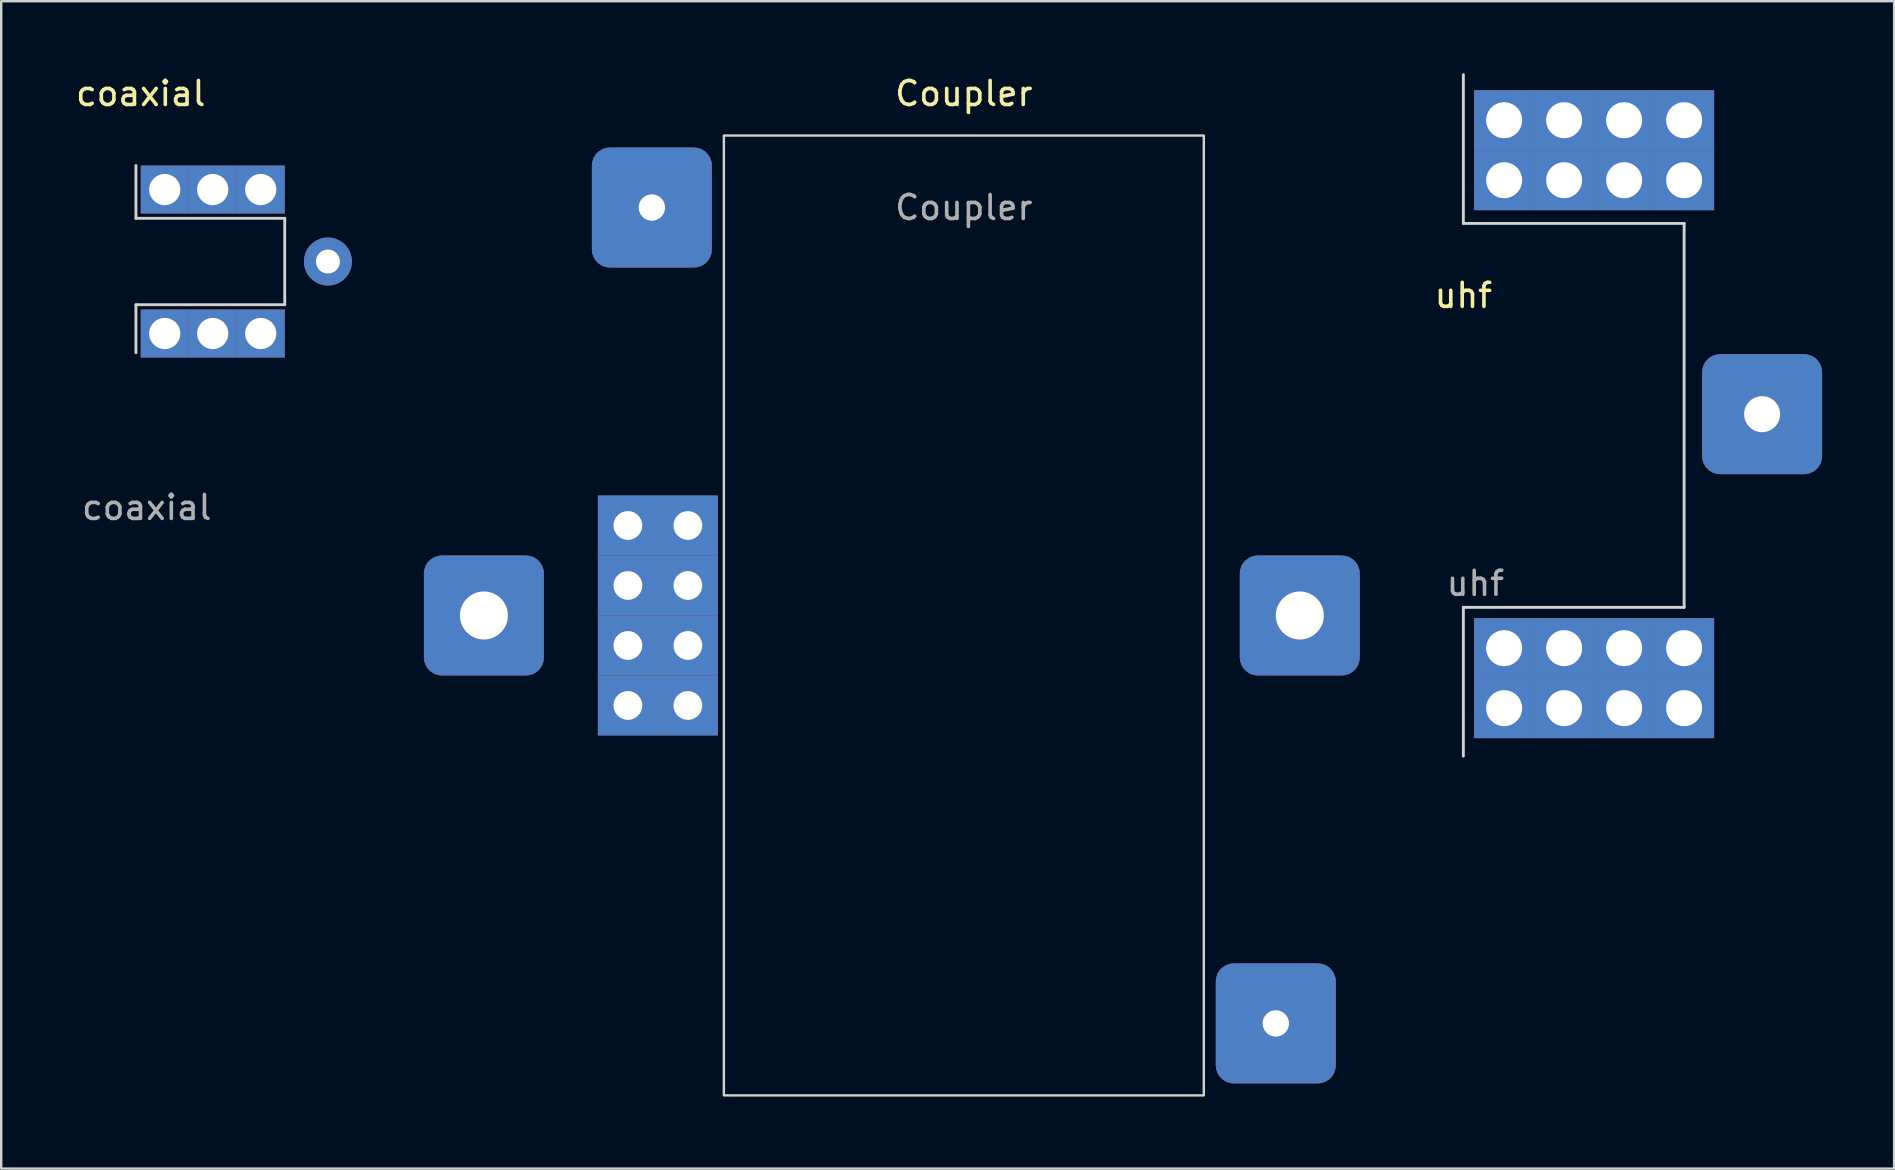
<source format=kicad_pcb>
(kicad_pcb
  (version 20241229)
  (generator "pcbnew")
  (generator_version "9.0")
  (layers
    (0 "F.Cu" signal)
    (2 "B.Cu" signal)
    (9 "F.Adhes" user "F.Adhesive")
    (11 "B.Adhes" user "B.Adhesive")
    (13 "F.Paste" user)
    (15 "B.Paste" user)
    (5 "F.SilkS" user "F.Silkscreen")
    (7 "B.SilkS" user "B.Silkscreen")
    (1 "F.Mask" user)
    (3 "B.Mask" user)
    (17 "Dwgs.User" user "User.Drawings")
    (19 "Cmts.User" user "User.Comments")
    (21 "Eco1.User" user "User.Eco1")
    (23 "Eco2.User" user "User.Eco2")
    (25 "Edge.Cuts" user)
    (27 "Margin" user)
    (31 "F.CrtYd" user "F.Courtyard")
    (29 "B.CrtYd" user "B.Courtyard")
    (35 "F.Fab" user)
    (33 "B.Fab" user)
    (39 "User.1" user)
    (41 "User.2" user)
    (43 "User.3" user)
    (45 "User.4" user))
  (footprint "Coupler"
    (layer "F.Cu")
    (at 37.115 22.598)
    (property "Reference" "Coupler" (at 0 -21.75 0) (unlocked yes) (layer "F.SilkS") (effects (font (size 1 1) (thickness 0.15))))
    (attr smd)
    (fp_rect (start -10 -20) (end 10 20) (stroke (width 0.1) (type solid)) (fill no) (layer "Edge.Cuts"))
    (fp_text user "${REFERENCE}" (at 0 -17 0) (unlocked yes) (layer "F.Fab") (effects (font (size 1 1) (thickness 0.15))))
    (pad "1" thru_hole roundrect (at -20 0) (size 5 5) (drill 2) (layers "*.Cu" "*.Mask") (roundrect_rratio 0.15))
    (pad "2" thru_hole roundrect (at -13 -17) (size 5 5) (drill 1.1) (layers "*.Cu" "*.Mask") (roundrect_rratio 0.15))
    (pad "3" thru_hole roundrect (at 13 17) (size 5 5) (drill 1.1) (layers "*.Cu" "*.Mask") (roundrect_rratio 0.15))
    (pad "4" thru_hole roundrect (at 14 0) (size 5 5) (drill 2) (layers "*.Cu" "*.Mask") (roundrect_rratio 0.15))
    (pad "5" thru_hole rect (at -14 -3.75) (size 2.5 2.5) (drill 1.2) (layers "*.Cu" "*.Mask"))
    (pad "5" thru_hole rect (at -14 -1.25) (size 2.5 2.5) (drill 1.2) (layers "*.Cu" "*.Mask"))
    (pad "5" thru_hole rect (at -14 1.25) (size 2.5 2.5) (drill 1.2) (layers "*.Cu" "*.Mask"))
    (pad "5" thru_hole rect (at -14 3.75) (size 2.5 2.5) (drill 1.2) (layers "*.Cu" "*.Mask"))
    (pad "5" thru_hole rect (at -11.5 -3.75) (size 2.5 2.5) (drill 1.2) (layers "*.Cu" "*.Mask"))
    (pad "5" thru_hole rect (at -11.5 -1.25) (size 2.5 2.5) (drill 1.2) (layers "*.Cu" "*.Mask"))
    (pad "5" thru_hole rect (at -11.5 1.25) (size 2.5 2.5) (drill 1.2) (layers "*.Cu" "*.Mask"))
    (pad "5" thru_hole rect (at -11.5 3.75) (size 2.5 2.5) (drill 1.2) (layers "*.Cu" "*.Mask")))
  (footprint "coaxial"
    (layer "F.Cu")
    (at 2.815 7.848)
    (property "Reference" "coaxial" (at 0 -7 0) (unlocked yes) (layer "F.SilkS") (effects (font (size 1 1) (thickness 0.15))))
    (attr smd)
    (fp_line (start -0.2 -4) (end -0.2 -1.8) (stroke (width 0.12) (type default)) (layer "Edge.Cuts"))
    (fp_line (start -0.2 -1.8) (end 6 -1.8) (stroke (width 0.12) (type default)) (layer "Edge.Cuts"))
    (fp_line (start -0.2 1.8) (end -0.2 3.8) (stroke (width 0.12) (type default)) (layer "Edge.Cuts"))
    (fp_line (start 6 -1.8) (end 6 1.8) (stroke (width 0.12) (type default)) (layer "Edge.Cuts"))
    (fp_line (start 6 1.8) (end -0.2 1.8) (stroke (width 0.12) (type default)) (layer "Edge.Cuts"))
    (fp_text user "${REFERENCE}" (at 0.25 10.25 0) (unlocked yes) (layer "F.Fab") (effects (font (size 1 1) (thickness 0.15))))
    (pad "1" thru_hole circle (at 7.8 0) (size 2 2) (drill 1) (layers "*.Cu" "*.Mask"))
    (pad "2" thru_hole rect (at 1 -3) (size 2 2) (drill 1.3) (layers "*.Cu" "*.Mask"))
    (pad "2" thru_hole rect (at 1 3) (size 2 2) (drill 1.3) (layers "*.Cu" "*.Mask"))
    (pad "2" thru_hole rect (at 3 -3) (size 2 2) (drill 1.3) (layers "*.Cu" "*.Mask"))
    (pad "2" thru_hole rect (at 3 3) (size 2 2) (drill 1.3) (layers "*.Cu" "*.Mask"))
    (pad "2" thru_hole rect (at 5 -3) (size 2 2) (drill 1.3) (layers "*.Cu" "*.Mask"))
    (pad "2" thru_hole rect (at 5 3) (size 2 2) (drill 1.3) (layers "*.Cu" "*.Mask")))
  (footprint "uhf"
    (layer "F.Cu")
    (at 57.931 14.26)
    (property "Reference" "uhf" (at 0 -5 0) (unlocked yes) (layer "F.SilkS") (effects (font (size 1 1) (thickness 0.15))))
    (attr smd)
    (fp_line (start 0 -14.2) (end 0 -8) (stroke (width 0.12) (type default)) (layer "Edge.Cuts"))
    (fp_line (start 0 -8) (end 9.2 -8) (stroke (width 0.12) (type default)) (layer "Edge.Cuts"))
    (fp_line (start 0 8) (end 0 14.2) (stroke (width 0.12) (type default)) (layer "Edge.Cuts"))
    (fp_line (start 9.2 -8) (end 9.2 8) (stroke (width 0.12) (type default)) (layer "Edge.Cuts"))
    (fp_line (start 9.2 8) (end 0 8) (stroke (width 0.12) (type default)) (layer "Edge.Cuts"))
    (fp_text user "${REFERENCE}" (at 0.5 7 0) (unlocked yes) (layer "F.Fab") (effects (font (size 1 1) (thickness 0.15))))
    (pad "1" thru_hole roundrect (at 12.45 -0.05) (size 5 5) (drill 1.5) (layers "*.Cu" "*.Mask") (roundrect_rratio 0.15))
    (pad "2" thru_hole rect (at 1.7 -12.3) (size 2.5 2.5) (drill 1.5) (layers "*.Cu" "*.Mask"))
    (pad "2" thru_hole rect (at 1.7 -9.8) (size 2.5 2.5) (drill 1.5) (layers "*.Cu" "*.Mask"))
    (pad "2" thru_hole rect (at 1.7 9.7) (size 2.5 2.5) (drill 1.5) (layers "*.Cu" "*.Mask"))
    (pad "2" thru_hole rect (at 1.7 12.2) (size 2.5 2.5) (drill 1.5) (layers "*.Cu" "*.Mask"))
    (pad "2" thru_hole rect (at 4.2 -12.3) (size 2.5 2.5) (drill 1.5) (layers "*.Cu" "*.Mask"))
    (pad "2" thru_hole rect (at 4.2 -9.8) (size 2.5 2.5) (drill 1.5) (layers "*.Cu" "*.Mask"))
    (pad "2" thru_hole rect (at 4.2 9.7) (size 2.5 2.5) (drill 1.5) (layers "*.Cu" "*.Mask"))
    (pad "2" thru_hole rect (at 4.2 12.2) (size 2.5 2.5) (drill 1.5) (layers "*.Cu" "*.Mask"))
    (pad "2" thru_hole rect (at 6.7 -12.3) (size 2.5 2.5) (drill 1.5) (layers "*.Cu" "*.Mask"))
    (pad "2" thru_hole rect (at 6.7 -9.8) (size 2.5 2.5) (drill 1.5) (layers "*.Cu" "*.Mask"))
    (pad "2" thru_hole rect (at 6.7 9.7) (size 2.5 2.5) (drill 1.5) (layers "*.Cu" "*.Mask"))
    (pad "2" thru_hole rect (at 6.7 12.2) (size 2.5 2.5) (drill 1.5) (layers "*.Cu" "*.Mask"))
    (pad "2" thru_hole rect (at 9.2 -12.3) (size 2.5 2.5) (drill 1.5) (layers "*.Cu" "*.Mask"))
    (pad "2" thru_hole rect (at 9.2 -9.8) (size 2.5 2.5) (drill 1.5) (layers "*.Cu" "*.Mask"))
    (pad "2" thru_hole rect (at 9.2 9.7) (size 2.5 2.5) (drill 1.5) (layers "*.Cu" "*.Mask"))
    (pad "2" thru_hole rect (at 9.2 12.2) (size 2.5 2.5) (drill 1.5) (layers "*.Cu" "*.Mask")))
  (gr_rect
    (start -3 -3)
    (end 75.881 45.648)
    (stroke (width 0.1) (type default))
    (fill no)
    (layer "Edge.Cuts")))
</source>
